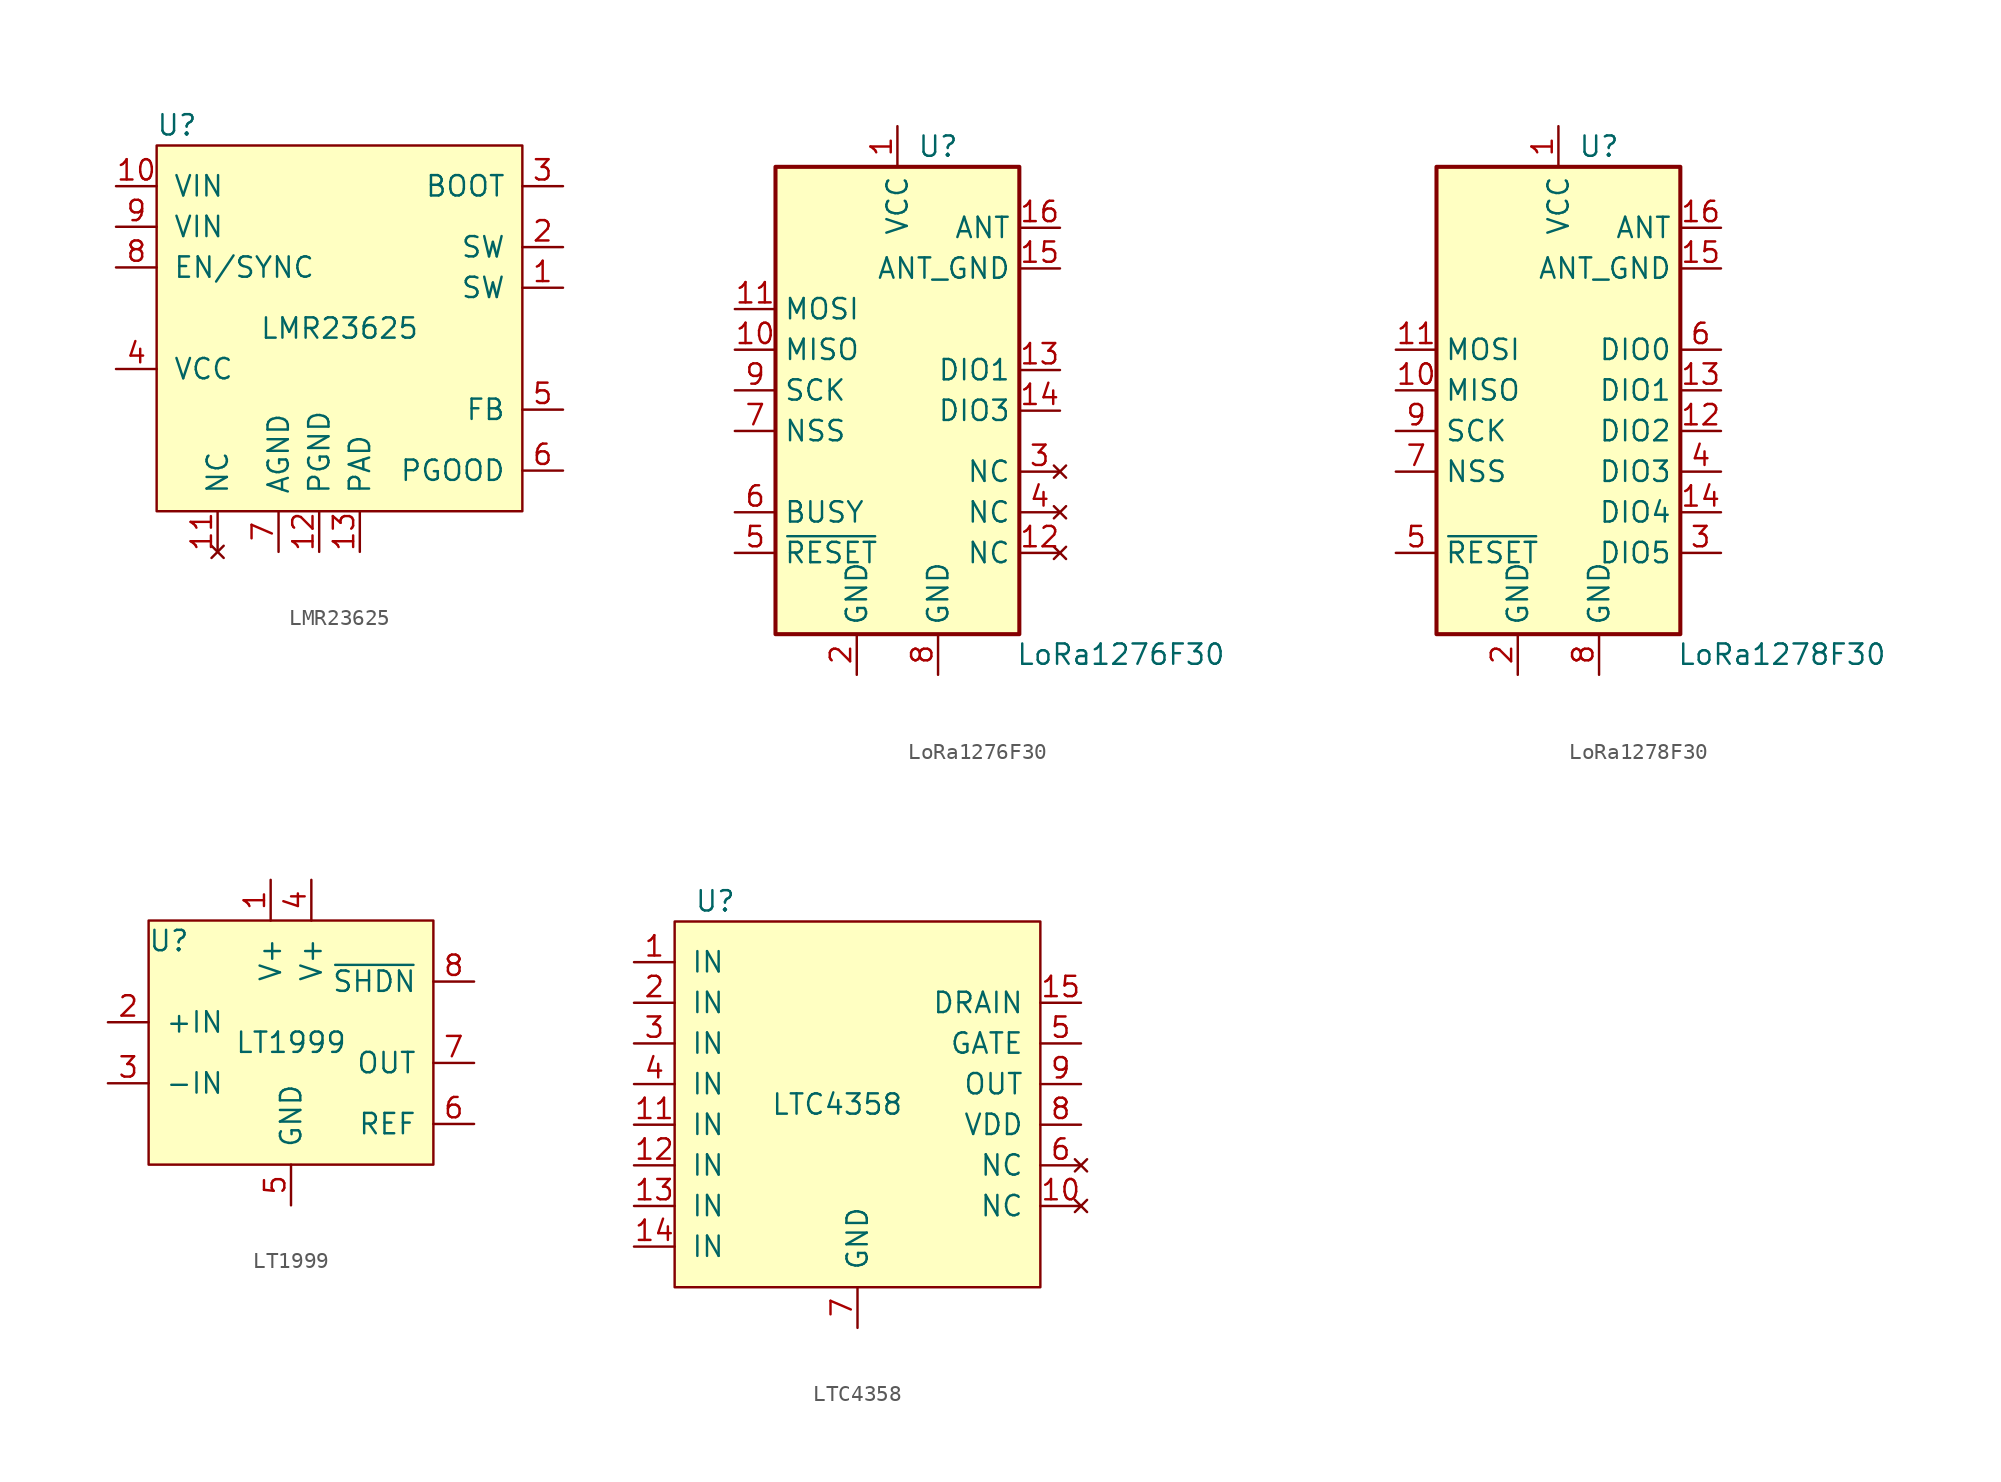
<source format=kicad_sym>
(kicad_symbol_lib
  (version 20211014)
  (generator kicad_symbol_editor)
  (symbol "LMR23625"
    (pin_names
      (offset 1.016))
    (property "Reference" "U"
      (at -10.16 10.16 0)
      (effects (font (size 1.27 1.27))))
    (property "Value" "LMR23625"
      (at 0 -2.54 0)
      (effects (font (size 1.27 1.27))))
    (symbol "LMR23625_0_1"
      (rectangle (start 11.43 8.89) (end -11.43 -13.97) (stroke (width 0) (type default) (color 0 0 0 0)) (fill (type background))))
    (symbol "LMR23625_1_1"
      (pin input line (at 13.97 0 180) (length 2.54) (name "SW" (effects (font (size 1.27 1.27)))) (number "1" (effects (font (size 1.27 1.27)))))
      (pin input line (at -13.97 6.35 0) (length 2.54) (name "VIN" (effects (font (size 1.27 1.27)))) (number "10" (effects (font (size 1.27 1.27)))))
      (pin no_connect line (at -7.62 -16.51 90) (length 2.54) (name "NC" (effects (font (size 1.27 1.27)))) (number "11" (effects (font (size 1.27 1.27)))))
      (pin power_in line (at -1.27 -16.51 90) (length 2.54) (name "PGND" (effects (font (size 1.27 1.27)))) (number "12" (effects (font (size 1.27 1.27)))))
      (pin power_in line (at 1.27 -16.51 90) (length 2.54) (name "PAD" (effects (font (size 1.27 1.27)))) (number "13" (effects (font (size 1.27 1.27)))))
      (pin input line (at 13.97 2.54 180) (length 2.54) (name "SW" (effects (font (size 1.27 1.27)))) (number "2" (effects (font (size 1.27 1.27)))))
      (pin input line (at 13.97 6.35 180) (length 2.54) (name "BOOT" (effects (font (size 1.27 1.27)))) (number "3" (effects (font (size 1.27 1.27)))))
      (pin input line (at -13.97 -5.08 0) (length 2.54) (name "VCC" (effects (font (size 1.27 1.27)))) (number "4" (effects (font (size 1.27 1.27)))))
      (pin input line (at 13.97 -7.62 180) (length 2.54) (name "FB" (effects (font (size 1.27 1.27)))) (number "5" (effects (font (size 1.27 1.27)))))
      (pin input line (at 13.97 -11.43 180) (length 2.54) (name "PGOOD" (effects (font (size 1.27 1.27)))) (number "6" (effects (font (size 1.27 1.27)))))
      (pin power_out line (at -3.81 -16.51 90) (length 2.54) (name "AGND" (effects (font (size 1.27 1.27)))) (number "7" (effects (font (size 1.27 1.27)))))
      (pin input line (at -13.97 1.27 0) (length 2.54) (name "EN/SYNC" (effects (font (size 1.27 1.27)))) (number "8" (effects (font (size 1.27 1.27)))))
      (pin input line (at -13.97 3.81 0) (length 2.54) (name "VIN" (effects (font (size 1.27 1.27)))) (number "9" (effects (font (size 1.27 1.27)))))))
  (symbol "LoRa1276F30"
    (property "Reference" "U"
      (at 2.54 16.51 0)
      (effects (font (size 1.27 1.27))))
    (property "Value" "LoRa1276F30"
      (at 13.97 -15.24 0)
      (effects (font (size 1.27 1.27))))
    (symbol "LoRa1276F30_0_1"
      (rectangle (start -7.62 15.24) (end 7.62 -13.97) (stroke (width 0.254) (type default) (color 0 0 0 0)) (fill (type background))))
    (symbol "LoRa1276F30_1_1"
      (pin power_in line (at 0 17.78 270) (length 2.54) (name "VCC" (effects (font (size 1.27 1.27)))) (number "1" (effects (font (size 1.27 1.27)))))
      (pin output line (at -10.16 3.81 0) (length 2.54) (name "MISO" (effects (font (size 1.27 1.27)))) (number "10" (effects (font (size 1.27 1.27)))))
      (pin input line (at -10.16 6.35 0) (length 2.54) (name "MOSI" (effects (font (size 1.27 1.27)))) (number "11" (effects (font (size 1.27 1.27)))))
      (pin no_connect line (at 10.16 -8.89 180) (length 2.54) (name "NC" (effects (font (size 1.27 1.27)))) (number "12" (effects (font (size 1.27 1.27)))))
      (pin bidirectional line (at 10.16 2.54 180) (length 2.54) (name "DIO1" (effects (font (size 1.27 1.27)))) (number "13" (effects (font (size 1.27 1.27)))))
      (pin bidirectional line (at 10.16 0 180) (length 2.54) (name "DIO3" (effects (font (size 1.27 1.27)))) (number "14" (effects (font (size 1.27 1.27)))))
      (pin passive line (at 10.16 8.89 180) (length 2.54) (name "ANT_GND" (effects (font (size 1.27 1.27)))) (number "15" (effects (font (size 1.27 1.27)))))
      (pin passive line (at 10.16 11.43 180) (length 2.54) (name "ANT" (effects (font (size 1.27 1.27)))) (number "16" (effects (font (size 1.27 1.27)))))
      (pin power_in line (at -2.54 -16.51 90) (length 2.54) (name "GND" (effects (font (size 1.27 1.27)))) (number "2" (effects (font (size 1.27 1.27)))))
      (pin no_connect line (at 10.16 -3.81 180) (length 2.54) (name "NC" (effects (font (size 1.27 1.27)))) (number "3" (effects (font (size 1.27 1.27)))))
      (pin no_connect line (at 10.16 -6.35 180) (length 2.54) (name "NC" (effects (font (size 1.27 1.27)))) (number "4" (effects (font (size 1.27 1.27)))))
      (pin input line (at -10.16 -8.89 0) (length 2.54) (name "~{RESET}" (effects (font (size 1.27 1.27)))) (number "5" (effects (font (size 1.27 1.27)))))
      (pin bidirectional line (at -10.16 -6.35 0) (length 2.54) (name "BUSY" (effects (font (size 1.27 1.27)))) (number "6" (effects (font (size 1.27 1.27)))))
      (pin input line (at -10.16 -1.27 0) (length 2.54) (name "NSS" (effects (font (size 1.27 1.27)))) (number "7" (effects (font (size 1.27 1.27)))))
      (pin power_in line (at 2.54 -16.51 90) (length 2.54) (name "GND" (effects (font (size 1.27 1.27)))) (number "8" (effects (font (size 1.27 1.27)))))
      (pin input line (at -10.16 1.27 0) (length 2.54) (name "SCK" (effects (font (size 1.27 1.27)))) (number "9" (effects (font (size 1.27 1.27)))))))
  (symbol "LoRa1278F30"
    (property "Reference" "U"
      (at 2.54 16.51 0)
      (effects (font (size 1.27 1.27))))
    (property "Value" "LoRa1278F30"
      (at 13.97 -15.24 0)
      (effects (font (size 1.27 1.27))))
    (symbol "LoRa1278F30_0_1"
      (rectangle (start -7.62 15.24) (end 7.62 -13.97) (stroke (width 0.254) (type default) (color 0 0 0 0)) (fill (type background))))
    (symbol "LoRa1278F30_1_1"
      (pin power_in line (at 0 17.78 270) (length 2.54) (name "VCC" (effects (font (size 1.27 1.27)))) (number "1" (effects (font (size 1.27 1.27)))))
      (pin output line (at -10.16 1.27 0) (length 2.54) (name "MISO" (effects (font (size 1.27 1.27)))) (number "10" (effects (font (size 1.27 1.27)))))
      (pin input line (at -10.16 3.81 0) (length 2.54) (name "MOSI" (effects (font (size 1.27 1.27)))) (number "11" (effects (font (size 1.27 1.27)))))
      (pin bidirectional line (at 10.16 -1.27 180) (length 2.54) (name "DIO2" (effects (font (size 1.27 1.27)))) (number "12" (effects (font (size 1.27 1.27)))))
      (pin bidirectional line (at 10.16 1.27 180) (length 2.54) (name "DIO1" (effects (font (size 1.27 1.27)))) (number "13" (effects (font (size 1.27 1.27)))))
      (pin bidirectional line (at 10.16 -6.35 180) (length 2.54) (name "DIO4" (effects (font (size 1.27 1.27)))) (number "14" (effects (font (size 1.27 1.27)))))
      (pin passive line (at 10.16 8.89 180) (length 2.54) (name "ANT_GND" (effects (font (size 1.27 1.27)))) (number "15" (effects (font (size 1.27 1.27)))))
      (pin passive line (at 10.16 11.43 180) (length 2.54) (name "ANT" (effects (font (size 1.27 1.27)))) (number "16" (effects (font (size 1.27 1.27)))))
      (pin power_in line (at -2.54 -16.51 90) (length 2.54) (name "GND" (effects (font (size 1.27 1.27)))) (number "2" (effects (font (size 1.27 1.27)))))
      (pin bidirectional line (at 10.16 -8.89 180) (length 2.54) (name "DIO5" (effects (font (size 1.27 1.27)))) (number "3" (effects (font (size 1.27 1.27)))))
      (pin bidirectional line (at 10.16 -3.81 180) (length 2.54) (name "DIO3" (effects (font (size 1.27 1.27)))) (number "4" (effects (font (size 1.27 1.27)))))
      (pin input line (at -10.16 -8.89 0) (length 2.54) (name "~{RESET}" (effects (font (size 1.27 1.27)))) (number "5" (effects (font (size 1.27 1.27)))))
      (pin bidirectional line (at 10.16 3.81 180) (length 2.54) (name "DIO0" (effects (font (size 1.27 1.27)))) (number "6" (effects (font (size 1.27 1.27)))))
      (pin input line (at -10.16 -3.81 0) (length 2.54) (name "NSS" (effects (font (size 1.27 1.27)))) (number "7" (effects (font (size 1.27 1.27)))))
      (pin power_in line (at 2.54 -16.51 90) (length 2.54) (name "GND" (effects (font (size 1.27 1.27)))) (number "8" (effects (font (size 1.27 1.27)))))
      (pin input line (at -10.16 -1.27 0) (length 2.54) (name "SCK" (effects (font (size 1.27 1.27)))) (number "9" (effects (font (size 1.27 1.27)))))))
  (symbol "LT1999"
    (pin_names
      (offset 1.016))
    (property "Reference" "U"
      (at -7.62 6.35 0)
      (effects (font (size 1.27 1.27))))
    (property "Value" "LT1999"
      (at 0 0 0)
      (effects (font (size 1.27 1.27))))
    (symbol "LT1999_0_1"
      (rectangle (start 8.89 7.62) (end -8.89 -7.62) (stroke (width 0) (type default) (color 0 0 0 0)) (fill (type background))))
    (symbol "LT1999_1_1"
      (pin power_in line (at -1.27 10.16 270) (length 2.54) (name "V+" (effects (font (size 1.27 1.27)))) (number "1" (effects (font (size 1.27 1.27)))))
      (pin input line (at -11.43 1.27 0) (length 2.54) (name "+IN" (effects (font (size 1.27 1.27)))) (number "2" (effects (font (size 1.27 1.27)))))
      (pin input line (at -11.43 -2.54 0) (length 2.54) (name "-IN" (effects (font (size 1.27 1.27)))) (number "3" (effects (font (size 1.27 1.27)))))
      (pin power_in line (at 1.27 10.16 270) (length 2.54) (name "V+" (effects (font (size 1.27 1.27)))) (number "4" (effects (font (size 1.27 1.27)))))
      (pin power_in line (at 0 -10.16 90) (length 2.54) (name "GND" (effects (font (size 1.27 1.27)))) (number "5" (effects (font (size 1.27 1.27)))))
      (pin input line (at 11.43 -5.08 180) (length 2.54) (name "REF" (effects (font (size 1.27 1.27)))) (number "6" (effects (font (size 1.27 1.27)))))
      (pin output line (at 11.43 -1.27 180) (length 2.54) (name "OUT" (effects (font (size 1.27 1.27)))) (number "7" (effects (font (size 1.27 1.27)))))
      (pin input line (at 11.43 3.81 180) (length 2.54) (name "~{SHDN}" (effects (font (size 1.27 1.27)))) (number "8" (effects (font (size 1.27 1.27)))))))
  (symbol "LTC4358"
    (pin_names
      (offset 1.016))
    (property "Reference" "U"
      (at -8.89 12.7 0)
      (effects (font (size 1.27 1.27))))
    (property "Value" "LTC4358"
      (at -1.27 0 0)
      (effects (font (size 1.27 1.27))))
    (symbol "LTC4358_0_1"
      (rectangle (start 11.43 11.43) (end -11.43 -11.43) (stroke (width 0) (type default) (color 0 0 0 0)) (fill (type background))))
    (symbol "LTC4358_1_1"
      (pin power_in line (at -13.97 8.89 0) (length 2.54) (name "IN" (effects (font (size 1.27 1.27)))) (number "1" (effects (font (size 1.27 1.27)))))
      (pin no_connect line (at 13.97 -6.35 180) (length 2.54) (name "NC" (effects (font (size 1.27 1.27)))) (number "10" (effects (font (size 1.27 1.27)))))
      (pin power_in line (at -13.97 -1.27 0) (length 2.54) (name "IN" (effects (font (size 1.27 1.27)))) (number "11" (effects (font (size 1.27 1.27)))))
      (pin output line (at -13.97 -3.81 0) (length 2.54) (name "IN" (effects (font (size 1.27 1.27)))) (number "12" (effects (font (size 1.27 1.27)))))
      (pin power_in line (at -13.97 -6.35 0) (length 2.54) (name "IN" (effects (font (size 1.27 1.27)))) (number "13" (effects (font (size 1.27 1.27)))))
      (pin power_in line (at -13.97 -8.89 0) (length 2.54) (name "IN" (effects (font (size 1.27 1.27)))) (number "14" (effects (font (size 1.27 1.27)))))
      (pin power_in line (at 13.97 6.35 180) (length 2.54) (name "DRAIN" (effects (font (size 1.27 1.27)))) (number "15" (effects (font (size 1.27 1.27)))))
      (pin power_in line (at -13.97 6.35 0) (length 2.54) (name "IN" (effects (font (size 1.27 1.27)))) (number "2" (effects (font (size 1.27 1.27)))))
      (pin power_in line (at -13.97 3.81 0) (length 2.54) (name "IN" (effects (font (size 1.27 1.27)))) (number "3" (effects (font (size 1.27 1.27)))))
      (pin power_in line (at -13.97 1.27 0) (length 2.54) (name "IN" (effects (font (size 1.27 1.27)))) (number "4" (effects (font (size 1.27 1.27)))))
      (pin output line (at 13.97 3.81 180) (length 2.54) (name "GATE" (effects (font (size 1.27 1.27)))) (number "5" (effects (font (size 1.27 1.27)))))
      (pin no_connect line (at 13.97 -3.81 180) (length 2.54) (name "NC" (effects (font (size 1.27 1.27)))) (number "6" (effects (font (size 1.27 1.27)))))
      (pin power_in line (at 0 -13.97 90) (length 2.54) (name "GND" (effects (font (size 1.27 1.27)))) (number "7" (effects (font (size 1.27 1.27)))))
      (pin input line (at 13.97 -1.27 180) (length 2.54) (name "VDD" (effects (font (size 1.27 1.27)))) (number "8" (effects (font (size 1.27 1.27)))))
      (pin input line (at 13.97 1.27 180) (length 2.54) (name "OUT" (effects (font (size 1.27 1.27)))) (number "9" (effects (font (size 1.27 1.27))))))))
</source>
